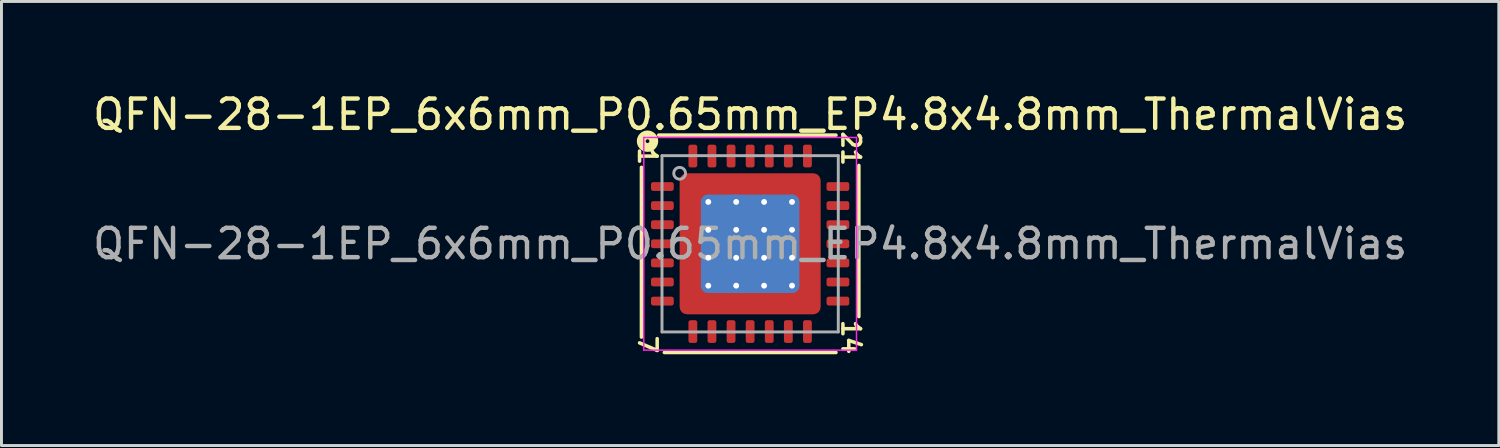
<source format=kicad_pcb>
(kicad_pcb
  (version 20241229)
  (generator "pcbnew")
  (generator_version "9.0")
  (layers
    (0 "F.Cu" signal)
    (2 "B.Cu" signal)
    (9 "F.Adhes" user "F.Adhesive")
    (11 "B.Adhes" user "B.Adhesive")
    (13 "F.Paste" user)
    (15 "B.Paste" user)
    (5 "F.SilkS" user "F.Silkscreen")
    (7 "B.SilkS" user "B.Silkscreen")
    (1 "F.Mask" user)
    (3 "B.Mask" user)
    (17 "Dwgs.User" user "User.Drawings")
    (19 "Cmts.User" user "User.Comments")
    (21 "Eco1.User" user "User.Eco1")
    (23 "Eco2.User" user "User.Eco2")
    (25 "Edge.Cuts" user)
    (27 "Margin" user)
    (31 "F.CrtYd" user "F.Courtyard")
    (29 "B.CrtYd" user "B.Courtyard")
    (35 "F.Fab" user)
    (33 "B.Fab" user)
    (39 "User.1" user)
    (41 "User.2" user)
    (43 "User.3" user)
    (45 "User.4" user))
  (footprint "QFN-28-1EP_6x6mm_P0.65mm_EP4.8x4.8mm_ThermalVias"
    (layer "F.Cu")
    (at 22.482 5.248)
    (property "Reference" "QFN-28-1EP_6x6mm_P0.65mm_EP4.8x4.8mm_ThermalVias" (at 0 -4.4 0) (layer "F.SilkS") (effects (font (size 1 1) (thickness 0.15))))
    (attr smd)
    (fp_line (start -3.7 -2.603) (end -3.7 3.175) (stroke (width 0.12) (type solid)) (layer "F.SilkS"))
    (fp_line (start -2.921 3.7) (end 2.921 3.7) (stroke (width 0.12) (type solid)) (layer "F.SilkS"))
    (fp_line (start 2.921 -3.7) (end -3.111 -3.7) (stroke (width 0.12) (type solid)) (layer "F.SilkS"))
    (fp_line (start 3.7 2.477) (end 3.7 -2.667) (stroke (width 0.12) (type solid)) (layer "F.SilkS"))
    (fp_circle (center -3.493 -3.493) (end -3.429 -3.493) (stroke (width 0.3) (type solid)) (fill no) (layer "F.SilkS"))
    (fp_line (start -3.62 -3.62) (end -3.62 3.62) (stroke (width 0.05) (type solid)) (layer "F.CrtYd"))
    (fp_line (start -3.62 3.62) (end 3.62 3.62) (stroke (width 0.05) (type solid)) (layer "F.CrtYd"))
    (fp_line (start 3.62 -3.62) (end -3.62 -3.62) (stroke (width 0.05) (type solid)) (layer "F.CrtYd"))
    (fp_line (start 3.62 3.62) (end 3.62 -3.62) (stroke (width 0.05) (type solid)) (layer "F.CrtYd"))
    (fp_line (start -3 -3) (end 3 -3) (stroke (width 0.1) (type solid)) (layer "F.Fab"))
    (fp_line (start -3 3) (end -3 -3) (stroke (width 0.1) (type solid)) (layer "F.Fab"))
    (fp_line (start 3 -3) (end 3 3) (stroke (width 0.1) (type solid)) (layer "F.Fab"))
    (fp_line (start 3 3) (end -3 3) (stroke (width 0.1) (type solid)) (layer "F.Fab"))
    (fp_circle (center -2.4 -2.4) (end -2.2 -2.4) (stroke (width 0.1) (type solid)) (fill no) (layer "F.Fab"))
    (fp_text user "21" (at 3.429 -3.239 270) (unlocked yes) (layer "F.SilkS") (effects (font (size 0.6 0.6) (thickness 0.12))))
    (fp_text user "7" (at -3.493 3.429 270) (unlocked yes) (layer "F.SilkS") (effects (font (size 0.6 0.6) (thickness 0.12))))
    (fp_text user "1" (at -3.493 -2.985 270) (unlocked yes) (layer "F.SilkS") (effects (font (size 0.6 0.6) (thickness 0.12))))
    (fp_text user "14" (at 3.429 3.175 270) (unlocked yes) (layer "F.SilkS") (effects (font (size 0.6 0.6) (thickness 0.12))))
    (fp_text user "${REFERENCE}" (at 0 0 0) (layer "F.Fab") (effects (font (size 1 1) (thickness 0.15))))
    (pad "" smd roundrect (at -1.913 -1.913) (size 0.786 0.786) (layers "F.Paste") (roundrect_rratio 0.25))
    (pad "" smd roundrect (at -1.913 -0.95) (size 0.786 0.766) (layers "F.Paste") (roundrect_rratio 0.25))
    (pad "" smd roundrect (at -1.913 0) (size 0.786 0.766) (layers "F.Paste") (roundrect_rratio 0.25))
    (pad "" smd roundrect (at -1.913 0.95) (size 0.786 0.766) (layers "F.Paste") (roundrect_rratio 0.25))
    (pad "" smd roundrect (at -1.913 1.913) (size 0.786 0.786) (layers "F.Paste") (roundrect_rratio 0.25))
    (pad "" smd roundrect (at -0.95 -1.913) (size 0.766 0.786) (layers "F.Paste") (roundrect_rratio 0.25))
    (pad "" smd roundrect (at -0.95 -0.95) (size 0.766 0.766) (layers "F.Paste") (roundrect_rratio 0.25))
    (pad "" smd roundrect (at -0.95 0) (size 0.766 0.766) (layers "F.Paste") (roundrect_rratio 0.25))
    (pad "" smd roundrect (at -0.95 0.95) (size 0.766 0.766) (layers "F.Paste") (roundrect_rratio 0.25))
    (pad "" smd roundrect (at -0.95 1.913) (size 0.766 0.786) (layers "F.Paste") (roundrect_rratio 0.25))
    (pad "" smd roundrect (at 0 -1.913) (size 0.766 0.786) (layers "F.Paste") (roundrect_rratio 0.25))
    (pad "" smd roundrect (at 0 -0.95) (size 0.766 0.766) (layers "F.Paste") (roundrect_rratio 0.25))
    (pad "" smd roundrect (at 0 0) (size 0.766 0.766) (layers "F.Paste") (roundrect_rratio 0.25))
    (pad "" smd roundrect (at 0 0.95) (size 0.766 0.766) (layers "F.Paste") (roundrect_rratio 0.25))
    (pad "" smd roundrect (at 0 1.913) (size 0.766 0.786) (layers "F.Paste") (roundrect_rratio 0.25))
    (pad "" smd roundrect (at 0.95 -1.913) (size 0.766 0.786) (layers "F.Paste") (roundrect_rratio 0.25))
    (pad "" smd roundrect (at 0.95 -0.95) (size 0.766 0.766) (layers "F.Paste") (roundrect_rratio 0.25))
    (pad "" smd roundrect (at 0.95 0) (size 0.766 0.766) (layers "F.Paste") (roundrect_rratio 0.25))
    (pad "" smd roundrect (at 0.95 0.95) (size 0.766 0.766) (layers "F.Paste") (roundrect_rratio 0.25))
    (pad "" smd roundrect (at 0.95 1.913) (size 0.766 0.786) (layers "F.Paste") (roundrect_rratio 0.25))
    (pad "" smd roundrect (at 1.913 -1.913) (size 0.786 0.786) (layers "F.Paste") (roundrect_rratio 0.25))
    (pad "" smd roundrect (at 1.913 -0.95) (size 0.786 0.766) (layers "F.Paste") (roundrect_rratio 0.25))
    (pad "" smd roundrect (at 1.913 0) (size 0.786 0.766) (layers "F.Paste") (roundrect_rratio 0.25))
    (pad "" smd roundrect (at 1.913 0.95) (size 0.786 0.766) (layers "F.Paste") (roundrect_rratio 0.25))
    (pad "" smd roundrect (at 1.913 1.913) (size 0.786 0.786) (layers "F.Paste") (roundrect_rratio 0.25))
    (pad "1" smd roundrect (at -2.987 -1.95) (size 0.775 0.3) (layers "F.Cu" "F.Mask" "F.Paste") (roundrect_rratio 0.25))
    (pad "2" smd roundrect (at -2.987 -1.3) (size 0.775 0.3) (layers "F.Cu" "F.Mask" "F.Paste") (roundrect_rratio 0.25))
    (pad "3" smd roundrect (at -2.987 -0.65) (size 0.775 0.3) (layers "F.Cu" "F.Mask" "F.Paste") (roundrect_rratio 0.25))
    (pad "4" smd roundrect (at -2.987 0) (size 0.775 0.3) (layers "F.Cu" "F.Mask" "F.Paste") (roundrect_rratio 0.25))
    (pad "5" smd roundrect (at -2.987 0.65) (size 0.775 0.3) (layers "F.Cu" "F.Mask" "F.Paste") (roundrect_rratio 0.25))
    (pad "6" smd roundrect (at -2.987 1.3) (size 0.775 0.3) (layers "F.Cu" "F.Mask" "F.Paste") (roundrect_rratio 0.25))
    (pad "7" smd roundrect (at -2.987 1.95) (size 0.775 0.3) (layers "F.Cu" "F.Mask" "F.Paste") (roundrect_rratio 0.25))
    (pad "8" smd roundrect (at -1.95 2.987) (size 0.3 0.775) (layers "F.Cu" "F.Mask" "F.Paste") (roundrect_rratio 0.25))
    (pad "9" smd roundrect (at -1.3 2.987) (size 0.3 0.775) (layers "F.Cu" "F.Mask" "F.Paste") (roundrect_rratio 0.25))
    (pad "10" smd roundrect (at -0.65 2.987) (size 0.3 0.775) (layers "F.Cu" "F.Mask" "F.Paste") (roundrect_rratio 0.25))
    (pad "11" smd roundrect (at 0 2.987) (size 0.3 0.775) (layers "F.Cu" "F.Mask" "F.Paste") (roundrect_rratio 0.25))
    (pad "12" smd roundrect (at 0.65 2.987) (size 0.3 0.775) (layers "F.Cu" "F.Mask" "F.Paste") (roundrect_rratio 0.25))
    (pad "13" smd roundrect (at 1.3 2.987) (size 0.3 0.775) (layers "F.Cu" "F.Mask" "F.Paste") (roundrect_rratio 0.25))
    (pad "14" smd roundrect (at 1.95 2.987) (size 0.3 0.775) (layers "F.Cu" "F.Mask" "F.Paste") (roundrect_rratio 0.25))
    (pad "15" smd roundrect (at 2.987 1.95) (size 0.775 0.3) (layers "F.Cu" "F.Mask" "F.Paste") (roundrect_rratio 0.25))
    (pad "16" smd roundrect (at 2.987 1.3) (size 0.775 0.3) (layers "F.Cu" "F.Mask" "F.Paste") (roundrect_rratio 0.25))
    (pad "17" smd roundrect (at 2.987 0.65) (size 0.775 0.3) (layers "F.Cu" "F.Mask" "F.Paste") (roundrect_rratio 0.25))
    (pad "18" smd roundrect (at 2.987 0) (size 0.775 0.3) (layers "F.Cu" "F.Mask" "F.Paste") (roundrect_rratio 0.25))
    (pad "19" smd roundrect (at 2.987 -0.65) (size 0.775 0.3) (layers "F.Cu" "F.Mask" "F.Paste") (roundrect_rratio 0.25))
    (pad "20" smd roundrect (at 2.987 -1.3) (size 0.775 0.3) (layers "F.Cu" "F.Mask" "F.Paste") (roundrect_rratio 0.25))
    (pad "21" smd roundrect (at 2.987 -1.95) (size 0.775 0.3) (layers "F.Cu" "F.Mask" "F.Paste") (roundrect_rratio 0.25))
    (pad "22" smd roundrect (at 1.95 -2.987) (size 0.3 0.775) (layers "F.Cu" "F.Mask" "F.Paste") (roundrect_rratio 0.25))
    (pad "23" smd roundrect (at 1.3 -2.987) (size 0.3 0.775) (layers "F.Cu" "F.Mask" "F.Paste") (roundrect_rratio 0.25))
    (pad "24" smd roundrect (at 0.65 -2.987) (size 0.3 0.775) (layers "F.Cu" "F.Mask" "F.Paste") (roundrect_rratio 0.25))
    (pad "25" smd roundrect (at 0 -2.987) (size 0.3 0.775) (layers "F.Cu" "F.Mask" "F.Paste") (roundrect_rratio 0.25))
    (pad "26" smd roundrect (at -0.65 -2.987) (size 0.3 0.775) (layers "F.Cu" "F.Mask" "F.Paste") (roundrect_rratio 0.25))
    (pad "27" smd roundrect (at -1.3 -2.987) (size 0.3 0.775) (layers "F.Cu" "F.Mask" "F.Paste") (roundrect_rratio 0.25))
    (pad "28" smd roundrect (at -1.95 -2.987) (size 0.3 0.775) (layers "F.Cu" "F.Mask" "F.Paste") (roundrect_rratio 0.25))
    (pad "29" thru_hole circle (at -1.425 -1.425) (size 0.5 0.5) (drill 0.2) (property pad_prop_heatsink) (layers "*.Cu"))
    (pad "29" thru_hole circle (at -1.425 -0.475) (size 0.5 0.5) (drill 0.2) (property pad_prop_heatsink) (layers "*.Cu"))
    (pad "29" thru_hole circle (at -1.425 0.475) (size 0.5 0.5) (drill 0.2) (property pad_prop_heatsink) (layers "*.Cu"))
    (pad "29" thru_hole circle (at -1.425 1.425) (size 0.5 0.5) (drill 0.2) (property pad_prop_heatsink) (layers "*.Cu"))
    (pad "29" thru_hole circle (at -0.475 -1.425) (size 0.5 0.5) (drill 0.2) (property pad_prop_heatsink) (layers "*.Cu"))
    (pad "29" thru_hole circle (at -0.475 -0.475) (size 0.5 0.5) (drill 0.2) (property pad_prop_heatsink) (layers "*.Cu"))
    (pad "29" thru_hole circle (at -0.475 0.475) (size 0.5 0.5) (drill 0.2) (property pad_prop_testpoint) (layers "*.Cu"))
    (pad "29" thru_hole circle (at -0.475 1.425) (size 0.5 0.5) (drill 0.2) (property pad_prop_heatsink) (layers "*.Cu"))
    (pad "29" smd roundrect (at 0 0) (size 3.35 3.35) (layers "B.Cu" "B.Mask") (roundrect_rratio 0.075))
    (pad "29" smd roundrect (at 0 0) (size 4.8 4.8) (layers "F.Cu" "F.Mask") (roundrect_rratio 0.052))
    (pad "29" thru_hole circle (at 0.475 -1.425) (size 0.5 0.5) (drill 0.2) (property pad_prop_heatsink) (layers "*.Cu"))
    (pad "29" thru_hole circle (at 0.475 -0.475) (size 0.5 0.5) (drill 0.2) (property pad_prop_heatsink) (layers "*.Cu"))
    (pad "29" thru_hole circle (at 0.475 0.475) (size 0.5 0.5) (drill 0.2) (property pad_prop_heatsink) (layers "*.Cu"))
    (pad "29" thru_hole circle (at 0.475 1.425) (size 0.5 0.5) (drill 0.2) (property pad_prop_heatsink) (layers "*.Cu"))
    (pad "29" thru_hole circle (at 1.425 -1.425) (size 0.5 0.5) (drill 0.2) (property pad_prop_heatsink) (layers "*.Cu"))
    (pad "29" thru_hole circle (at 1.425 -0.475) (size 0.5 0.5) (drill 0.2) (property pad_prop_heatsink) (layers "*.Cu"))
    (pad "29" thru_hole circle (at 1.425 0.475) (size 0.5 0.5) (drill 0.2) (property pad_prop_heatsink) (layers "*.Cu"))
    (pad "29" thru_hole circle (at 1.425 1.425) (size 0.5 0.5) (drill 0.2) (property pad_prop_heatsink) (layers "*.Cu")))
  (gr_rect
    (start -3 -3)
    (end 47.964 12.115)
    (stroke (width 0.1) (type default))
    (fill no)
    (layer "Edge.Cuts")))
</source>
